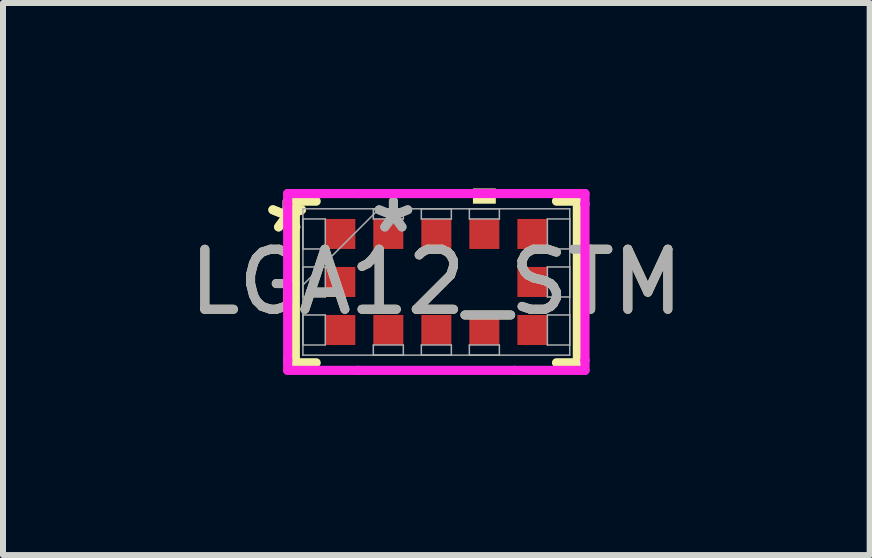
<source format=kicad_pcb>
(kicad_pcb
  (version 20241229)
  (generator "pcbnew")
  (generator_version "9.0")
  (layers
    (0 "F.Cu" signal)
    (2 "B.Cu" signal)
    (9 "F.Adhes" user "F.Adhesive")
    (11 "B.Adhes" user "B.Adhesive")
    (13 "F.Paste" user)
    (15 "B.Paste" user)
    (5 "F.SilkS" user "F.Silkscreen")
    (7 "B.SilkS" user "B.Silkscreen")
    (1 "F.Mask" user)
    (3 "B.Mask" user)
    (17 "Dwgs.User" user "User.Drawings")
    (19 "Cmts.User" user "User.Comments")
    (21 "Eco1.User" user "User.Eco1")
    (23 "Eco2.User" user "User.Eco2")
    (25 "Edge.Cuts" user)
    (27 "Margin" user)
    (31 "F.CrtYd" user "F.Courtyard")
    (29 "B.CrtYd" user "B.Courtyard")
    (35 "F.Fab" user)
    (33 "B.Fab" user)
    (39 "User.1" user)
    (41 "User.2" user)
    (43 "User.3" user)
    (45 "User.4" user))
  (footprint "LGA12_STM"
    (layer "F.Cu")
    (at 4.22 1.648)
    (property "Reference" "LGA12_STM" (at 0 0 0) (unlocked yes) (layer "F.SilkS") (effects (font (size 1 1) (thickness 0.15))))
    (attr smd)
    (fp_line (start -2.349 -1.346) (end -2.349 1.346) (stroke (width 0.152) (type solid)) (layer "F.SilkS"))
    (fp_line (start -2.349 1.346) (end -2.002 1.346) (stroke (width 0.152) (type solid)) (layer "F.SilkS"))
    (fp_line (start -2.002 -1.346) (end -2.349 -1.346) (stroke (width 0.152) (type solid)) (layer "F.SilkS"))
    (fp_line (start 2.002 1.346) (end 2.349 1.346) (stroke (width 0.152) (type solid)) (layer "F.SilkS"))
    (fp_line (start 2.349 -1.346) (end 2.002 -1.346) (stroke (width 0.152) (type solid)) (layer "F.SilkS"))
    (fp_line (start 2.349 1.346) (end 2.349 -1.346) (stroke (width 0.152) (type solid)) (layer "F.SilkS"))
    (fp_poly (pts (xy 0.61 -1.304) (xy 0.61 -1.558) (xy 0.991 -1.558) (xy 0.991 -1.304)) (stroke (width 0) (type solid)) (fill yes) (layer "F.SilkS"))
    (fp_line (start -2.477 -1.473) (end -1.304 -1.473) (stroke (width 0.152) (type solid)) (layer "F.CrtYd"))
    (fp_line (start -2.477 -1.304) (end -2.477 -1.473) (stroke (width 0.152) (type solid)) (layer "F.CrtYd"))
    (fp_line (start -2.477 -1.304) (end -2.477 -1.304) (stroke (width 0.152) (type solid)) (layer "F.CrtYd"))
    (fp_line (start -2.477 1.304) (end -2.477 -1.304) (stroke (width 0.152) (type solid)) (layer "F.CrtYd"))
    (fp_line (start -2.477 1.304) (end -2.477 1.304) (stroke (width 0.152) (type solid)) (layer "F.CrtYd"))
    (fp_line (start -2.477 1.473) (end -2.477 1.304) (stroke (width 0.152) (type solid)) (layer "F.CrtYd"))
    (fp_line (start -1.304 -1.473) (end -1.304 -1.473) (stroke (width 0.152) (type solid)) (layer "F.CrtYd"))
    (fp_line (start -1.304 -1.473) (end 1.304 -1.473) (stroke (width 0.152) (type solid)) (layer "F.CrtYd"))
    (fp_line (start -1.304 1.473) (end -2.477 1.473) (stroke (width 0.152) (type solid)) (layer "F.CrtYd"))
    (fp_line (start -1.304 1.473) (end -1.304 1.473) (stroke (width 0.152) (type solid)) (layer "F.CrtYd"))
    (fp_line (start 1.304 -1.473) (end 1.304 -1.473) (stroke (width 0.152) (type solid)) (layer "F.CrtYd"))
    (fp_line (start 1.304 -1.473) (end 2.477 -1.473) (stroke (width 0.152) (type solid)) (layer "F.CrtYd"))
    (fp_line (start 1.304 1.473) (end -1.304 1.473) (stroke (width 0.152) (type solid)) (layer "F.CrtYd"))
    (fp_line (start 1.304 1.473) (end 1.304 1.473) (stroke (width 0.152) (type solid)) (layer "F.CrtYd"))
    (fp_line (start 2.477 -1.473) (end 2.477 -1.304) (stroke (width 0.152) (type solid)) (layer "F.CrtYd"))
    (fp_line (start 2.477 -1.304) (end 2.477 -1.304) (stroke (width 0.152) (type solid)) (layer "F.CrtYd"))
    (fp_line (start 2.477 -1.304) (end 2.477 1.304) (stroke (width 0.152) (type solid)) (layer "F.CrtYd"))
    (fp_line (start 2.477 1.304) (end 2.477 1.304) (stroke (width 0.152) (type solid)) (layer "F.CrtYd"))
    (fp_line (start 2.477 1.304) (end 2.477 1.473) (stroke (width 0.152) (type solid)) (layer "F.CrtYd"))
    (fp_line (start 2.477 1.473) (end 1.304 1.473) (stroke (width 0.152) (type solid)) (layer "F.CrtYd"))
    (fp_line (start -2.223 -1.219) (end -2.223 1.219) (stroke (width 0.025) (type solid)) (layer "F.Fab"))
    (fp_line (start -2.223 -1.05) (end -1.85 -1.05) (stroke (width 0.025) (type solid)) (layer "F.Fab"))
    (fp_line (start -2.223 -0.55) (end -2.223 -1.05) (stroke (width 0.025) (type solid)) (layer "F.Fab"))
    (fp_line (start -2.223 -0.25) (end -1.85 -0.25) (stroke (width 0.025) (type solid)) (layer "F.Fab"))
    (fp_line (start -2.223 0.051) (end -0.953 -1.219) (stroke (width 0.025) (type solid)) (layer "F.Fab"))
    (fp_line (start -2.223 0.25) (end -2.223 -0.25) (stroke (width 0.025) (type solid)) (layer "F.Fab"))
    (fp_line (start -2.223 0.55) (end -1.85 0.55) (stroke (width 0.025) (type solid)) (layer "F.Fab"))
    (fp_line (start -2.223 1.05) (end -2.223 0.55) (stroke (width 0.025) (type solid)) (layer "F.Fab"))
    (fp_line (start -2.223 1.219) (end 2.223 1.219) (stroke (width 0.025) (type solid)) (layer "F.Fab"))
    (fp_line (start -1.85 -1.05) (end -1.85 -0.55) (stroke (width 0.025) (type solid)) (layer "F.Fab"))
    (fp_line (start -1.85 -0.55) (end -2.223 -0.55) (stroke (width 0.025) (type solid)) (layer "F.Fab"))
    (fp_line (start -1.85 -0.25) (end -1.85 0.25) (stroke (width 0.025) (type solid)) (layer "F.Fab"))
    (fp_line (start -1.85 0.25) (end -2.223 0.25) (stroke (width 0.025) (type solid)) (layer "F.Fab"))
    (fp_line (start -1.85 0.55) (end -1.85 1.05) (stroke (width 0.025) (type solid)) (layer "F.Fab"))
    (fp_line (start -1.85 1.05) (end -2.223 1.05) (stroke (width 0.025) (type solid)) (layer "F.Fab"))
    (fp_line (start -1.05 -1.219) (end -0.55 -1.219) (stroke (width 0.025) (type solid)) (layer "F.Fab"))
    (fp_line (start -1.05 -1.05) (end -1.05 -1.219) (stroke (width 0.025) (type solid)) (layer "F.Fab"))
    (fp_line (start -1.05 1.05) (end -0.55 1.05) (stroke (width 0.025) (type solid)) (layer "F.Fab"))
    (fp_line (start -1.05 1.219) (end -1.05 1.05) (stroke (width 0.025) (type solid)) (layer "F.Fab"))
    (fp_line (start -0.55 -1.219) (end -0.55 -1.05) (stroke (width 0.025) (type solid)) (layer "F.Fab"))
    (fp_line (start -0.55 -1.05) (end -1.05 -1.05) (stroke (width 0.025) (type solid)) (layer "F.Fab"))
    (fp_line (start -0.55 1.05) (end -0.55 1.219) (stroke (width 0.025) (type solid)) (layer "F.Fab"))
    (fp_line (start -0.55 1.219) (end -1.05 1.219) (stroke (width 0.025) (type solid)) (layer "F.Fab"))
    (fp_line (start -0.25 -1.219) (end 0.25 -1.219) (stroke (width 0.025) (type solid)) (layer "F.Fab"))
    (fp_line (start -0.25 -1.05) (end -0.25 -1.219) (stroke (width 0.025) (type solid)) (layer "F.Fab"))
    (fp_line (start -0.25 1.05) (end 0.25 1.05) (stroke (width 0.025) (type solid)) (layer "F.Fab"))
    (fp_line (start -0.25 1.219) (end -0.25 1.05) (stroke (width 0.025) (type solid)) (layer "F.Fab"))
    (fp_line (start 0.25 -1.219) (end 0.25 -1.05) (stroke (width 0.025) (type solid)) (layer "F.Fab"))
    (fp_line (start 0.25 -1.05) (end -0.25 -1.05) (stroke (width 0.025) (type solid)) (layer "F.Fab"))
    (fp_line (start 0.25 1.05) (end 0.25 1.219) (stroke (width 0.025) (type solid)) (layer "F.Fab"))
    (fp_line (start 0.25 1.219) (end -0.25 1.219) (stroke (width 0.025) (type solid)) (layer "F.Fab"))
    (fp_line (start 0.55 -1.219) (end 1.05 -1.219) (stroke (width 0.025) (type solid)) (layer "F.Fab"))
    (fp_line (start 0.55 -1.05) (end 0.55 -1.219) (stroke (width 0.025) (type solid)) (layer "F.Fab"))
    (fp_line (start 0.55 1.05) (end 1.05 1.05) (stroke (width 0.025) (type solid)) (layer "F.Fab"))
    (fp_line (start 0.55 1.219) (end 0.55 1.05) (stroke (width 0.025) (type solid)) (layer "F.Fab"))
    (fp_line (start 1.05 -1.219) (end 1.05 -1.05) (stroke (width 0.025) (type solid)) (layer "F.Fab"))
    (fp_line (start 1.05 -1.05) (end 0.55 -1.05) (stroke (width 0.025) (type solid)) (layer "F.Fab"))
    (fp_line (start 1.05 1.05) (end 1.05 1.219) (stroke (width 0.025) (type solid)) (layer "F.Fab"))
    (fp_line (start 1.05 1.219) (end 0.55 1.219) (stroke (width 0.025) (type solid)) (layer "F.Fab"))
    (fp_line (start 1.85 -1.05) (end 2.223 -1.05) (stroke (width 0.025) (type solid)) (layer "F.Fab"))
    (fp_line (start 1.85 -0.55) (end 1.85 -1.05) (stroke (width 0.025) (type solid)) (layer "F.Fab"))
    (fp_line (start 1.85 -0.25) (end 2.223 -0.25) (stroke (width 0.025) (type solid)) (layer "F.Fab"))
    (fp_line (start 1.85 0.25) (end 1.85 -0.25) (stroke (width 0.025) (type solid)) (layer "F.Fab"))
    (fp_line (start 1.85 0.55) (end 2.223 0.55) (stroke (width 0.025) (type solid)) (layer "F.Fab"))
    (fp_line (start 1.85 1.05) (end 1.85 0.55) (stroke (width 0.025) (type solid)) (layer "F.Fab"))
    (fp_line (start 2.223 -1.219) (end -2.223 -1.219) (stroke (width 0.025) (type solid)) (layer "F.Fab"))
    (fp_line (start 2.223 -1.05) (end 2.223 -0.55) (stroke (width 0.025) (type solid)) (layer "F.Fab"))
    (fp_line (start 2.223 -0.55) (end 1.85 -0.55) (stroke (width 0.025) (type solid)) (layer "F.Fab"))
    (fp_line (start 2.223 -0.25) (end 2.223 0.25) (stroke (width 0.025) (type solid)) (layer "F.Fab"))
    (fp_line (start 2.223 0.25) (end 1.85 0.25) (stroke (width 0.025) (type solid)) (layer "F.Fab"))
    (fp_line (start 2.223 0.55) (end 2.223 1.05) (stroke (width 0.025) (type solid)) (layer "F.Fab"))
    (fp_line (start 2.223 1.05) (end 1.85 1.05) (stroke (width 0.025) (type solid)) (layer "F.Fab"))
    (fp_line (start 2.223 1.219) (end 2.223 -1.219) (stroke (width 0.025) (type solid)) (layer "F.Fab"))
    (fp_text user "*" (at -2.485 -0.8 0) (unlocked yes) (layer "F.SilkS") (effects (font (size 1 1) (thickness 0.15))))
    (fp_text user "*" (at -2.485 -0.8 0) (layer "F.SilkS") (effects (font (size 1 1) (thickness 0.15))))
    (fp_text user "${REFERENCE}" (at 0 0 0) (unlocked yes) (layer "F.Fab") (effects (font (size 1 1) (thickness 0.15))))
    (fp_text user "*" (at -0.715 -0.8 0) (unlocked yes) (layer "F.Fab") (effects (font (size 1 1) (thickness 0.15))))
    (fp_text user "*" (at -0.715 -0.8 0) (layer "F.Fab") (effects (font (size 1 1) (thickness 0.15))))
    (pad "1" smd rect (at -1.6 -0.8 90) (size 0.5 0.5) (layers "F.Cu" "F.Mask" "F.Paste"))
    (pad "2" smd rect (at -0.8 -0.8) (size 0.5 0.5) (layers "F.Cu" "F.Mask" "F.Paste"))
    (pad "3" smd rect (at 0 -0.8) (size 0.5 0.5) (layers "F.Cu" "F.Mask" "F.Paste"))
    (pad "4" smd rect (at 0.8 -0.8) (size 0.5 0.5) (layers "F.Cu" "F.Mask" "F.Paste"))
    (pad "5" smd rect (at 1.6 -0.8 90) (size 0.5 0.5) (layers "F.Cu" "F.Mask" "F.Paste"))
    (pad "6" smd rect (at 1.6 0 90) (size 0.5 0.5) (layers "F.Cu" "F.Mask" "F.Paste"))
    (pad "7" smd rect (at 1.6 0.8 90) (size 0.5 0.5) (layers "F.Cu" "F.Mask" "F.Paste"))
    (pad "8" smd rect (at 0.8 0.8) (size 0.5 0.5) (layers "F.Cu" "F.Mask" "F.Paste"))
    (pad "9" smd rect (at 0 0.8) (size 0.5 0.5) (layers "F.Cu" "F.Mask" "F.Paste"))
    (pad "10" smd rect (at -0.8 0.8) (size 0.5 0.5) (layers "F.Cu" "F.Mask" "F.Paste"))
    (pad "11" smd rect (at -1.6 0.8 90) (size 0.5 0.5) (layers "F.Cu" "F.Mask" "F.Paste"))
    (pad "12" smd rect (at -1.6 0 90) (size 0.5 0.5) (layers "F.Cu" "F.Mask" "F.Paste")))
  (gr_rect
    (start -3 -3)
    (end 11.44 6.198)
    (stroke (width 0.1) (type default))
    (fill no)
    (layer "Edge.Cuts")))
</source>
